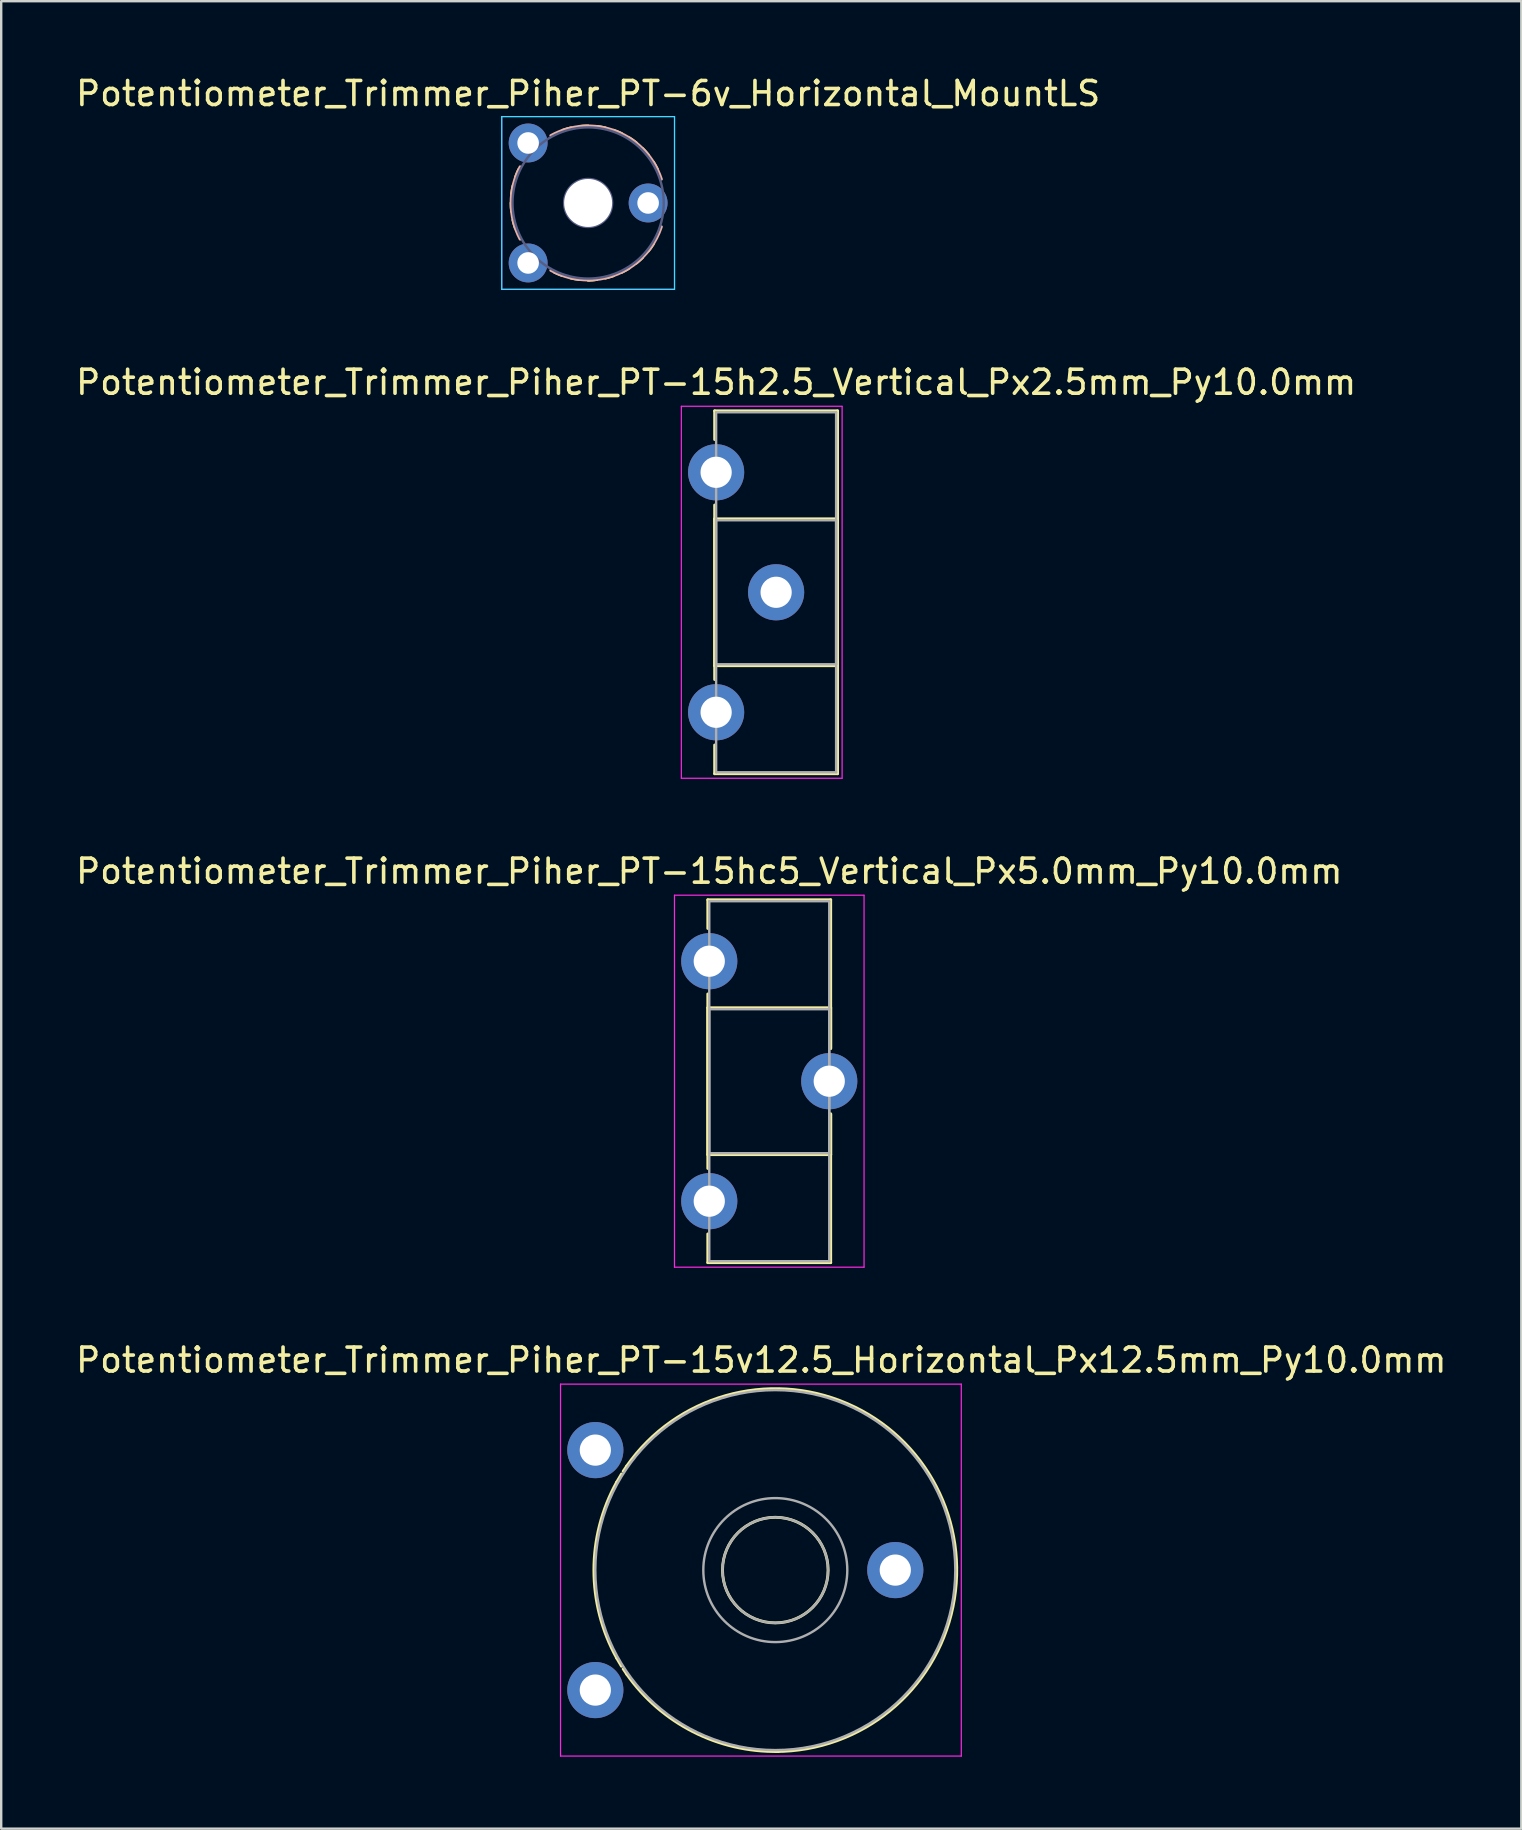
<source format=kicad_pcb>
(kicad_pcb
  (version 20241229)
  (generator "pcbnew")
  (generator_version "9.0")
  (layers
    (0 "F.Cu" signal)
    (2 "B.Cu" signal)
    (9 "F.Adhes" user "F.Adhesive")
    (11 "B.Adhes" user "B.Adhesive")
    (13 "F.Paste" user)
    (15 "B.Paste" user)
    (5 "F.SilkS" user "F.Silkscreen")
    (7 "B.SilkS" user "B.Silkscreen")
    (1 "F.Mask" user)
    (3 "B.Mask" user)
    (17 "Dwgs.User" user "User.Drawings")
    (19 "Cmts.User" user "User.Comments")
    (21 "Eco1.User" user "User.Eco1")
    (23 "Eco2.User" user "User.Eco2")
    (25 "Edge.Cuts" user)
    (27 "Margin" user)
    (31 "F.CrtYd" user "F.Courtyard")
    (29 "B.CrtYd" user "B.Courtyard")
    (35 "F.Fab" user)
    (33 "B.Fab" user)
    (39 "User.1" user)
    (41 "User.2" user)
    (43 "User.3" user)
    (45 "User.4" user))
  (footprint "Potentiometer_Trimmer_Piher_PT-15h2.5_Vertical_Px2.5mm_Py10.0mm"
    (layer "F.Cu")
    (at 26.792 16.631)
    (property "Reference" "Potentiometer_Trimmer_Piher_PT-15h2.5_Vertical_Px2.5mm_Py10.0mm" (at 0 -3.75 0) (layer "F.SilkS") (effects (font (size 1 1) (thickness 0.15))))
    (attr through_hole)
    (fp_line (start -0.061 -2.56) (end -0.061 -1.365) (stroke (width 0.12) (type solid)) (layer "F.SilkS"))
    (fp_line (start -0.061 -2.56) (end 5.06 -2.56) (stroke (width 0.12) (type solid)) (layer "F.SilkS"))
    (fp_line (start -0.061 1.365) (end -0.061 8.635) (stroke (width 0.12) (type solid)) (layer "F.SilkS"))
    (fp_line (start -0.061 1.94) (end -0.061 8.06) (stroke (width 0.12) (type solid)) (layer "F.SilkS"))
    (fp_line (start -0.061 1.94) (end 5.06 1.94) (stroke (width 0.12) (type solid)) (layer "F.SilkS"))
    (fp_line (start -0.061 8.06) (end 5.06 8.06) (stroke (width 0.12) (type solid)) (layer "F.SilkS"))
    (fp_line (start -0.061 11.365) (end -0.061 12.56) (stroke (width 0.12) (type solid)) (layer "F.SilkS"))
    (fp_line (start -0.061 12.56) (end 5.06 12.56) (stroke (width 0.12) (type solid)) (layer "F.SilkS"))
    (fp_line (start 5.06 -2.56) (end 5.06 12.56) (stroke (width 0.12) (type solid)) (layer "F.SilkS"))
    (fp_line (start 5.06 1.94) (end 5.06 8.06) (stroke (width 0.12) (type solid)) (layer "F.SilkS"))
    (fp_line (start -1.45 -2.75) (end -1.45 12.75) (stroke (width 0.05) (type solid)) (layer "F.CrtYd"))
    (fp_line (start -1.45 12.75) (end 5.25 12.75) (stroke (width 0.05) (type solid)) (layer "F.CrtYd"))
    (fp_line (start 5.25 -2.75) (end -1.45 -2.75) (stroke (width 0.05) (type solid)) (layer "F.CrtYd"))
    (fp_line (start 5.25 12.75) (end 5.25 -2.75) (stroke (width 0.05) (type solid)) (layer "F.CrtYd"))
    (fp_line (start 0 -2.5) (end 5 -2.5) (stroke (width 0.1) (type solid)) (layer "F.Fab"))
    (fp_line (start 0 2) (end 0 8) (stroke (width 0.1) (type solid)) (layer "F.Fab"))
    (fp_line (start 0 8) (end 5 8) (stroke (width 0.1) (type solid)) (layer "F.Fab"))
    (fp_line (start 0 12.5) (end 0 -2.5) (stroke (width 0.1) (type solid)) (layer "F.Fab"))
    (fp_line (start 5 -2.5) (end 5 12.5) (stroke (width 0.1) (type solid)) (layer "F.Fab"))
    (fp_line (start 5 2) (end 0 2) (stroke (width 0.1) (type solid)) (layer "F.Fab"))
    (fp_line (start 5 8) (end 5 2) (stroke (width 0.1) (type solid)) (layer "F.Fab"))
    (fp_line (start 5 12.5) (end 0 12.5) (stroke (width 0.1) (type solid)) (layer "F.Fab"))
    (pad "1" thru_hole circle (at 0 0) (size 2.34 2.34) (drill 1.3) (layers "*.Cu" "*.Mask"))
    (pad "2" thru_hole circle (at 2.5 5) (size 2.34 2.34) (drill 1.3) (layers "*.Cu" "*.Mask"))
    (pad "3" thru_hole circle (at 0 10) (size 2.34 2.34) (drill 1.3) (layers "*.Cu" "*.Mask")))
  (footprint "Potentiometer_Trimmer_Piher_PT-15v12.5_Horizontal_Px12.5mm_Py10.0mm"
    (layer "F.Cu")
    (at 21.758 67.378)
    (property "Reference" "Potentiometer_Trimmer_Piher_PT-15v12.5_Horizontal_Px12.5mm_Py10.0mm" (at 6.915 -13.75 0) (layer "F.SilkS") (effects (font (size 1 1) (thickness 0.15))))
    (attr through_hole)
    (fp_arc (start 0.888607 -1.335708) (mid -0.058939 -5.000405) (end 0.889 -8.665) (stroke (width 0.12) (type solid)) (layer "F.SilkS"))
    (fp_arc (start 0.889127 -8.665036) (mid 0.987332 -8.836833) (end 1.09 -9.006) (stroke (width 0.12) (type solid)) (layer "F.SilkS"))
    (fp_arc (start 1.088873 -0.993977) (mid 0.986204 -1.163174) (end 0.888 -1.335) (stroke (width 0.12) (type solid)) (layer "F.SilkS"))
    (fp_arc (start 1.160448 -9.117261) (mid 1.23327 -9.227274) (end 1.308 -9.336) (stroke (width 0.12) (type solid)) (layer "F.SilkS"))
    (fp_arc (start 1.307211 -9.336238) (mid 14.205802 -8.490819) (end 7.5 2.56) (stroke (width 0.12) (type solid)) (layer "F.SilkS"))
    (fp_arc (start 1.307543 -0.664245) (mid 1.232817 -0.772979) (end 1.16 -0.883) (stroke (width 0.12) (type solid)) (layer "F.SilkS"))
    (fp_arc (start 7.631625 2.55889) (mid 4.067534 1.735898) (end 1.307 -0.664) (stroke (width 0.12) (type solid)) (layer "F.SilkS"))
    (fp_circle (center 7.5 -5) (end 9.7 -5) (stroke (width 0.12) (type solid)) (fill no) (layer "F.SilkS"))
    (fp_line (start -1.45 -12.75) (end -1.45 2.75) (stroke (width 0.05) (type solid)) (layer "F.CrtYd"))
    (fp_line (start -1.45 2.75) (end 15.25 2.75) (stroke (width 0.05) (type solid)) (layer "F.CrtYd"))
    (fp_line (start 15.25 -12.75) (end -1.45 -12.75) (stroke (width 0.05) (type solid)) (layer "F.CrtYd"))
    (fp_line (start 15.25 2.75) (end 15.25 -12.75) (stroke (width 0.05) (type solid)) (layer "F.CrtYd"))
    (fp_circle (center 7.5 -5) (end 9.7 -5) (stroke (width 0.1) (type solid)) (fill no) (layer "F.Fab"))
    (fp_circle (center 7.5 -5) (end 10.5 -5) (stroke (width 0.1) (type solid)) (fill no) (layer "F.Fab"))
    (fp_circle (center 7.5 -5) (end 15 -5) (stroke (width 0.1) (type solid)) (fill no) (layer "F.Fab"))
    (pad "1" thru_hole circle (at 0 0) (size 2.34 2.34) (drill 1.3) (layers "*.Cu" "*.Mask"))
    (pad "2" thru_hole circle (at 12.5 -5) (size 2.34 2.34) (drill 1.3) (layers "*.Cu" "*.Mask"))
    (pad "3" thru_hole circle (at 0 -10) (size 2.34 2.34) (drill 1.3) (layers "*.Cu" "*.Mask")))
  (footprint "Potentiometer_Trimmer_Piher_PT-6v_Horizontal_MountLS"
    (layer "F.Cu")
    (at 18.958 7.908)
    (property "Reference" "Potentiometer_Trimmer_Piher_PT-6v_Horizontal_MountLS" (at 2.5 -7.06 0) (layer "F.SilkS") (effects (font (size 1 1) (thickness 0.15))))
    (attr through_hole)
    (fp_arc (start -0.690664 -2.148147) (mid -0.70533 -2.326803) (end -0.71 -2.506) (stroke (width 0.12) (type solid)) (layer "F.SilkS"))
    (fp_arc (start -0.689757 -2.866727) (mid -0.664312 -3.044212) (end -0.629 -3.22) (stroke (width 0.12) (type solid)) (layer "F.SilkS"))
    (fp_arc (start -0.533561 -1.447292) (mid -0.587595 -1.618271) (end -0.632 -1.792) (stroke (width 0.12) (type solid)) (layer "F.SilkS"))
    (fp_arc (start -0.527823 -3.567142) (mid -0.463532 -3.734496) (end -0.39 -3.898) (stroke (width 0.12) (type solid)) (layer "F.SilkS"))
    (fp_arc (start 1.430759 0.527052) (mid 1.263451 0.462645) (end 1.1 0.389) (stroke (width 0.12) (type solid)) (layer "F.SilkS"))
    (fp_arc (start 1.446409 -5.532456) (mid 1.617328 -5.586541) (end 1.791 -5.631) (stroke (width 0.12) (type solid)) (layer "F.SilkS"))
    (fp_arc (start 2.131174 0.688987) (mid 1.953735 0.663426) (end 1.778 0.628) (stroke (width 0.12) (type solid)) (layer "F.SilkS"))
    (fp_arc (start 2.147154 -5.690552) (mid 2.325805 -5.705274) (end 2.505 -5.71) (stroke (width 0.12) (type solid)) (layer "F.SilkS"))
    (fp_arc (start 2.848871 0.690998) (mid 2.670201 0.705497) (end 2.491 0.71) (stroke (width 0.12) (type solid)) (layer "F.SilkS"))
    (fp_arc (start 2.857815 0.689995) (mid 2.679187 0.704995) (end 2.5 0.71) (stroke (width 0.12) (type solid)) (layer "F.SilkS"))
    (fp_arc (start 2.865733 -5.689646) (mid 3.043214 -5.664257) (end 3.219 -5.629) (stroke (width 0.12) (type solid)) (layer "F.SilkS"))
    (fp_arc (start 3.558448 0.530905) (mid 3.387608 0.585263) (end 3.214 0.63) (stroke (width 0.12) (type solid)) (layer "F.SilkS"))
    (fp_arc (start 3.566037 -5.528705) (mid 3.733442 -5.464475) (end 3.897 -5.391) (stroke (width 0.12) (type solid)) (layer "F.SilkS"))
    (fp_arc (start 4.206798 0.219694) (mid 4.052319 0.310729) (end 3.893 0.393) (stroke (width 0.12) (type solid)) (layer "F.SilkS"))
    (fp_arc (start 4.212941 -5.215865) (mid 4.361874 -5.116012) (end 4.505 -5.008) (stroke (width 0.12) (type solid)) (layer "F.SilkS"))
    (fp_arc (start 4.768428 -0.227698) (mid 4.638048 -0.104614) (end 4.501 0.011) (stroke (width 0.12) (type solid)) (layer "F.SilkS"))
    (fp_arc (start 4.77363 -4.765558) (mid 4.896552 -4.635108) (end 5.012 -4.498) (stroke (width 0.12) (type solid)) (layer "F.SilkS"))
    (fp_arc (start 5.216636 -0.789158) (mid 5.116898 -0.640179) (end 5.009 -0.497) (stroke (width 0.12) (type solid)) (layer "F.SilkS"))
    (fp_arc (start 5.221023 -4.203928) (mid 5.311896 -4.04938) (end 5.394 -3.89) (stroke (width 0.12) (type solid)) (layer "F.SilkS"))
    (fp_arc (start -0.334672 -0.992382) (mid -0.710651 -2.49965) (end -0.335 -4.007) (stroke (width 0.12) (type solid)) (layer "B.SilkS"))
    (fp_arc (start 0.944668 -5.307816) (mid 3.677267 -5.486123) (end 5.553 -3.491) (stroke (width 0.12) (type solid)) (layer "B.SilkS"))
    (fp_arc (start 2.556464 0.709799) (mid 1.723783 0.615042) (end 0.944 0.308) (stroke (width 0.12) (type solid)) (layer "B.SilkS"))
    (fp_arc (start 5.552891 -1.508055) (mid 4.38679 0.096945) (end 2.5 0.71) (stroke (width 0.12) (type solid)) (layer "B.SilkS"))
    (fp_line (start -1.1 -6.1) (end -1.1 1.1) (stroke (width 0.05) (type solid)) (layer "B.CrtYd"))
    (fp_line (start -1.1 1.1) (end 6.1 1.1) (stroke (width 0.05) (type solid)) (layer "B.CrtYd"))
    (fp_line (start 6.1 -6.1) (end -1.1 -6.1) (stroke (width 0.05) (type solid)) (layer "B.CrtYd"))
    (fp_line (start 6.1 1.1) (end 6.1 -6.1) (stroke (width 0.05) (type solid)) (layer "B.CrtYd"))
    (fp_line (start -1.1 -6.1) (end -1.1 1.1) (stroke (width 0.05) (type solid)) (layer "F.CrtYd"))
    (fp_line (start -1.1 1.1) (end 6.1 1.1) (stroke (width 0.05) (type solid)) (layer "F.CrtYd"))
    (fp_line (start 6.1 -6.1) (end -1.1 -6.1) (stroke (width 0.05) (type solid)) (layer "F.CrtYd"))
    (fp_line (start 6.1 1.1) (end 6.1 -6.1) (stroke (width 0.05) (type solid)) (layer "F.CrtYd"))
    (fp_circle (center 2.5 -2.5) (end 3.4 -2.5) (stroke (width 0.1) (type solid)) (fill no) (layer "B.Fab"))
    (fp_circle (center 2.5 -2.5) (end 3.5 -2.5) (stroke (width 0.1) (type solid)) (fill no) (layer "B.Fab"))
    (fp_circle (center 2.5 -2.5) (end 5.65 -2.5) (stroke (width 0.1) (type solid)) (fill no) (layer "B.Fab"))
    (pad "" np_thru_hole circle (at 2.5 -2.5) (size 2 2) (drill 2) (layers "*.Cu" "*.Mask"))
    (pad "1" thru_hole circle (at 0 0) (size 1.62 1.62) (drill 0.9) (layers "*.Cu" "*.Mask"))
    (pad "2" thru_hole circle (at 5 -2.5) (size 1.62 1.62) (drill 0.9) (layers "*.Cu" "*.Mask"))
    (pad "3" thru_hole circle (at 0 -5) (size 1.62 1.62) (drill 0.9) (layers "*.Cu" "*.Mask")))
  (footprint "Potentiometer_Trimmer_Piher_PT-15hc5_Vertical_Px5.0mm_Py10.0mm"
    (layer "F.Cu")
    (at 26.506 37.005)
    (property "Reference" "Potentiometer_Trimmer_Piher_PT-15hc5_Vertical_Px5.0mm_Py10.0mm" (at 0 -3.75 0) (layer "F.SilkS") (effects (font (size 1 1) (thickness 0.15))))
    (attr through_hole)
    (fp_line (start -0.061 -2.56) (end -0.061 -1.365) (stroke (width 0.12) (type solid)) (layer "F.SilkS"))
    (fp_line (start -0.061 -2.56) (end 5.06 -2.56) (stroke (width 0.12) (type solid)) (layer "F.SilkS"))
    (fp_line (start -0.061 1.365) (end -0.061 8.635) (stroke (width 0.12) (type solid)) (layer "F.SilkS"))
    (fp_line (start -0.061 1.94) (end -0.061 8.06) (stroke (width 0.12) (type solid)) (layer "F.SilkS"))
    (fp_line (start -0.061 1.94) (end 5.06 1.94) (stroke (width 0.12) (type solid)) (layer "F.SilkS"))
    (fp_line (start -0.061 8.06) (end 5.06 8.06) (stroke (width 0.12) (type solid)) (layer "F.SilkS"))
    (fp_line (start -0.061 11.365) (end -0.061 12.56) (stroke (width 0.12) (type solid)) (layer "F.SilkS"))
    (fp_line (start -0.061 12.56) (end 5.06 12.56) (stroke (width 0.12) (type solid)) (layer "F.SilkS"))
    (fp_line (start 5.06 -2.56) (end 5.06 3.635) (stroke (width 0.12) (type solid)) (layer "F.SilkS"))
    (fp_line (start 5.06 1.94) (end 5.06 3.635) (stroke (width 0.12) (type solid)) (layer "F.SilkS"))
    (fp_line (start 5.06 6.365) (end 5.06 8.06) (stroke (width 0.12) (type solid)) (layer "F.SilkS"))
    (fp_line (start 5.06 6.365) (end 5.06 12.56) (stroke (width 0.12) (type solid)) (layer "F.SilkS"))
    (fp_line (start -1.45 -2.75) (end -1.45 12.75) (stroke (width 0.05) (type solid)) (layer "F.CrtYd"))
    (fp_line (start -1.45 12.75) (end 6.45 12.75) (stroke (width 0.05) (type solid)) (layer "F.CrtYd"))
    (fp_line (start 6.45 -2.75) (end -1.45 -2.75) (stroke (width 0.05) (type solid)) (layer "F.CrtYd"))
    (fp_line (start 6.45 12.75) (end 6.45 -2.75) (stroke (width 0.05) (type solid)) (layer "F.CrtYd"))
    (fp_line (start 0 -2.5) (end 5 -2.5) (stroke (width 0.1) (type solid)) (layer "F.Fab"))
    (fp_line (start 0 2) (end 0 8) (stroke (width 0.1) (type solid)) (layer "F.Fab"))
    (fp_line (start 0 8) (end 5 8) (stroke (width 0.1) (type solid)) (layer "F.Fab"))
    (fp_line (start 0 12.5) (end 0 -2.5) (stroke (width 0.1) (type solid)) (layer "F.Fab"))
    (fp_line (start 5 -2.5) (end 5 12.5) (stroke (width 0.1) (type solid)) (layer "F.Fab"))
    (fp_line (start 5 2) (end 0 2) (stroke (width 0.1) (type solid)) (layer "F.Fab"))
    (fp_line (start 5 8) (end 5 2) (stroke (width 0.1) (type solid)) (layer "F.Fab"))
    (fp_line (start 5 12.5) (end 0 12.5) (stroke (width 0.1) (type solid)) (layer "F.Fab"))
    (pad "1" thru_hole circle (at 0 0) (size 2.34 2.34) (drill 1.3) (layers "*.Cu" "*.Mask"))
    (pad "2" thru_hole circle (at 5 5) (size 2.34 2.34) (drill 1.3) (layers "*.Cu" "*.Mask"))
    (pad "3" thru_hole circle (at 0 10) (size 2.34 2.34) (drill 1.3) (layers "*.Cu" "*.Mask")))
  (gr_rect
    (start -3 -3)
    (end 60.345 73.153)
    (stroke (width 0.1) (type default))
    (fill no)
    (layer "Edge.Cuts")))
</source>
